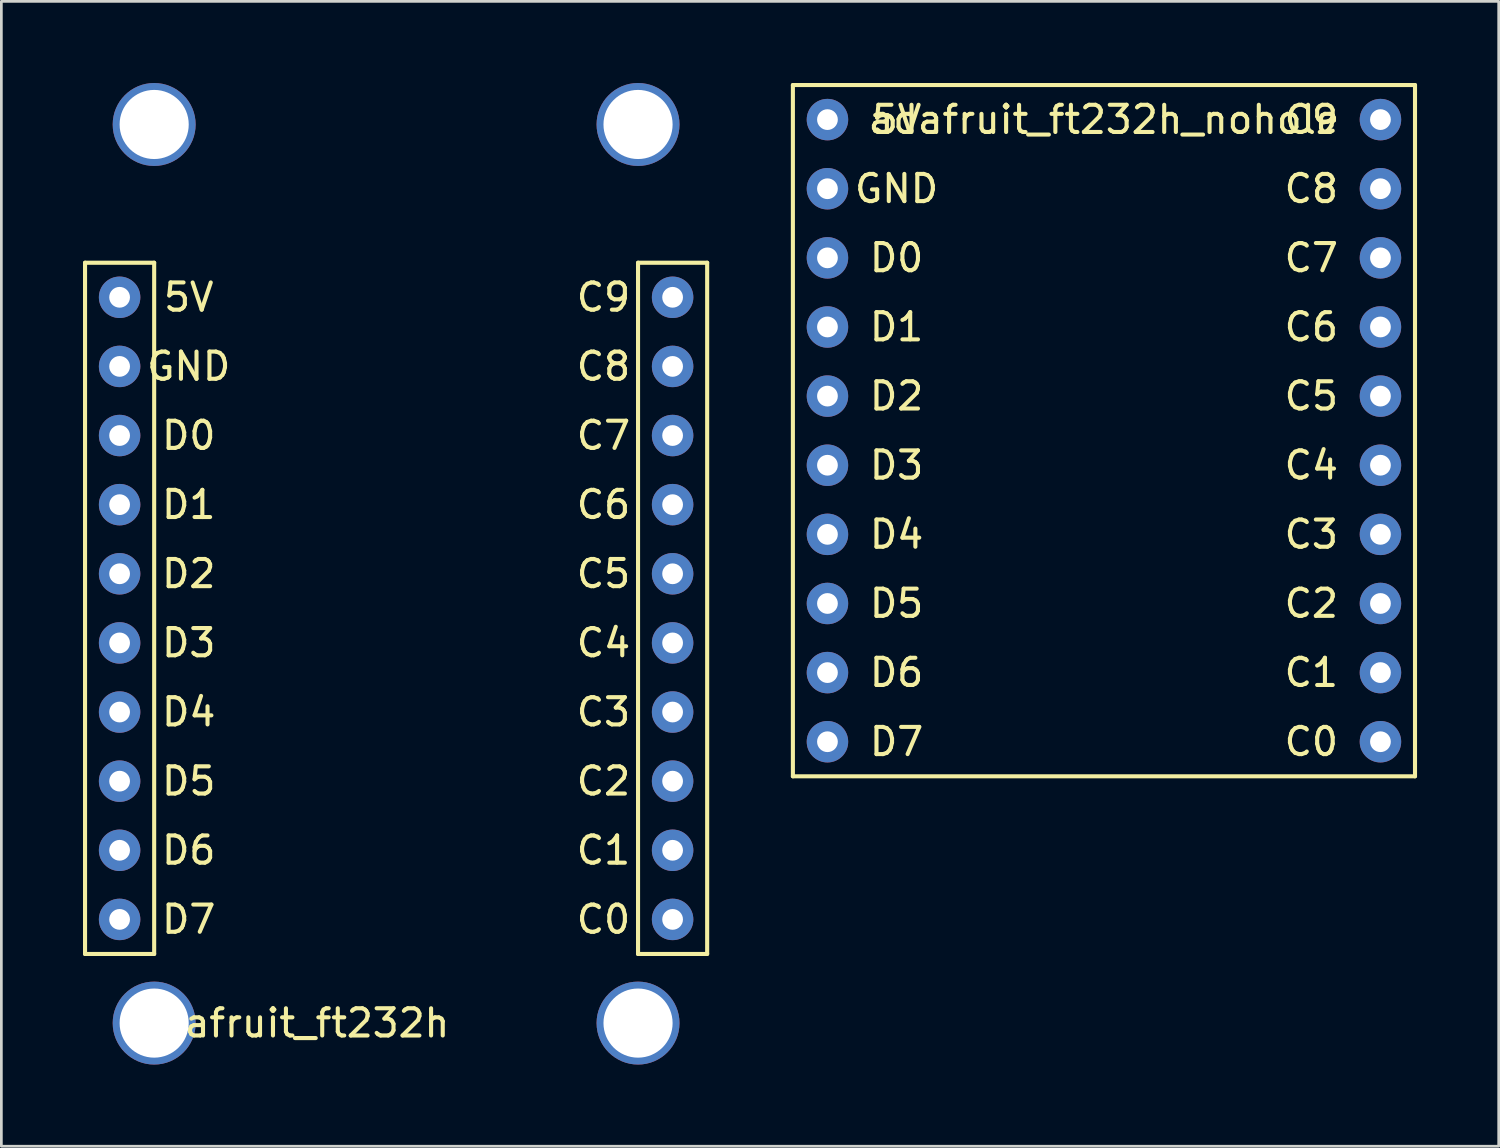
<source format=kicad_pcb>
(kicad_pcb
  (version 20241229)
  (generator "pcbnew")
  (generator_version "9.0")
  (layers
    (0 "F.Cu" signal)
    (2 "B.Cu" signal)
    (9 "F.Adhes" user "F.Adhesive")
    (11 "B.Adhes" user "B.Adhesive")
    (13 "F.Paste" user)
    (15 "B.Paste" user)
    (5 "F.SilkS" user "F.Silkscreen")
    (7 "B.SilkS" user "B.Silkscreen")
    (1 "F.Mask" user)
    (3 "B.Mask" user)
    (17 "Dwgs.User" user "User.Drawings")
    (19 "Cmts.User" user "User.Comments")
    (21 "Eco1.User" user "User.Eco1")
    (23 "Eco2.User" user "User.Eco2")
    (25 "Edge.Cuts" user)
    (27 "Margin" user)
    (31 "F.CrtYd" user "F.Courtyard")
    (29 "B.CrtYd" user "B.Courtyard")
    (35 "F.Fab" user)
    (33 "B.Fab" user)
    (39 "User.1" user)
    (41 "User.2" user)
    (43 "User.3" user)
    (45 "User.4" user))
  (footprint "adafruit_ft232h"
    (layer "F.Cu")
    (at 11.505 33.274)
    (property "Reference" "adafruit_ft232h" (at -3.81 1.27 0) (layer "F.SilkS") (effects (font (size 1 1) (thickness 0.15))))
    (attr through_hole)
    (fp_line (start -11.43 -26.67) (end -8.89 -26.67) (stroke (width 0.15) (type solid)) (layer "F.SilkS"))
    (fp_line (start -11.43 -1.27) (end -11.43 -26.67) (stroke (width 0.15) (type solid)) (layer "F.SilkS"))
    (fp_line (start -8.89 -26.67) (end -8.89 -1.27) (stroke (width 0.15) (type solid)) (layer "F.SilkS"))
    (fp_line (start -8.89 -1.27) (end -11.43 -1.27) (stroke (width 0.15) (type solid)) (layer "F.SilkS"))
    (fp_line (start 8.89 -26.67) (end 11.43 -26.67) (stroke (width 0.15) (type solid)) (layer "F.SilkS"))
    (fp_line (start 8.89 -1.27) (end 8.89 -26.67) (stroke (width 0.15) (type solid)) (layer "F.SilkS"))
    (fp_line (start 11.43 -26.67) (end 11.43 -1.27) (stroke (width 0.15) (type solid)) (layer "F.SilkS"))
    (fp_line (start 11.43 -1.27) (end 8.89 -1.27) (stroke (width 0.15) (type solid)) (layer "F.SilkS"))
    (fp_text user "C4" (at 7.62 -12.7 0) (layer "F.SilkS") (effects (font (size 1 1) (thickness 0.15))))
    (fp_text user "D6" (at -7.62 -5.08 0) (layer "F.SilkS") (effects (font (size 1 1) (thickness 0.15))))
    (fp_text user "D2" (at -7.62 -15.24 0) (layer "F.SilkS") (effects (font (size 1 1) (thickness 0.15))))
    (fp_text user "C0" (at 7.62 -2.54 0) (layer "F.SilkS") (effects (font (size 1 1) (thickness 0.15))))
    (fp_text user "C2" (at 7.62 -7.62 0) (layer "F.SilkS") (effects (font (size 1 1) (thickness 0.15))))
    (fp_text user "GND" (at -7.62 -22.86 0) (layer "F.SilkS") (effects (font (size 1 1) (thickness 0.15))))
    (fp_text user "C3" (at 7.62 -10.16 0) (layer "F.SilkS") (effects (font (size 1 1) (thickness 0.15))))
    (fp_text user "C6" (at 7.62 -17.78 0) (layer "F.SilkS") (effects (font (size 1 1) (thickness 0.15))))
    (fp_text user "D0" (at -7.62 -20.32 0) (layer "F.SilkS") (effects (font (size 1 1) (thickness 0.15))))
    (fp_text user "C1" (at 7.62 -5.08 0) (layer "F.SilkS") (effects (font (size 1 1) (thickness 0.15))))
    (fp_text user "D4" (at -7.62 -10.16 0) (layer "F.SilkS") (effects (font (size 1 1) (thickness 0.15))))
    (fp_text user "C8" (at 7.62 -22.86 0) (layer "F.SilkS") (effects (font (size 1 1) (thickness 0.15))))
    (fp_text user "C5" (at 7.62 -15.24 0) (layer "F.SilkS") (effects (font (size 1 1) (thickness 0.15))))
    (fp_text user "D3" (at -7.62 -12.7 0) (layer "F.SilkS") (effects (font (size 1 1) (thickness 0.15))))
    (fp_text user "D5" (at -7.62 -7.62 0) (layer "F.SilkS") (effects (font (size 1 1) (thickness 0.15))))
    (fp_text user "D1" (at -7.62 -17.78 0) (layer "F.SilkS") (effects (font (size 1 1) (thickness 0.15))))
    (fp_text user "C9" (at 7.62 -25.4 0) (layer "F.SilkS") (effects (font (size 1 1) (thickness 0.15))))
    (fp_text user "5V" (at -7.62 -25.4 0) (layer "F.SilkS") (effects (font (size 1 1) (thickness 0.15))))
    (fp_text user "D7" (at -7.62 -2.54 0) (layer "F.SilkS") (effects (font (size 1 1) (thickness 0.15))))
    (fp_text user "C7" (at 7.62 -20.32 0) (layer "F.SilkS") (effects (font (size 1 1) (thickness 0.15))))
    (pad "" np_thru_hole circle (at -8.89 -31.75) (size 3.048 3.048) (drill 2.54) (layers "*.Cu" "*.Mask"))
    (pad "" np_thru_hole circle (at -8.89 1.27) (size 3.048 3.048) (drill 2.54) (layers "*.Cu" "*.Mask"))
    (pad "" np_thru_hole circle (at 8.89 -31.75) (size 3.048 3.048) (drill 2.54) (layers "*.Cu" "*.Mask"))
    (pad "" np_thru_hole circle (at 8.89 1.27) (size 3.048 3.048) (drill 2.54) (layers "*.Cu" "*.Mask"))
    (pad "1" thru_hole circle (at -10.16 -25.4) (size 1.524 1.524) (drill 0.762) (layers "*.Cu" "*.Mask"))
    (pad "2" thru_hole circle (at -10.16 -22.86) (size 1.524 1.524) (drill 0.762) (layers "*.Cu" "*.Mask"))
    (pad "3" thru_hole circle (at -10.16 -20.32) (size 1.524 1.524) (drill 0.762) (layers "*.Cu" "*.Mask"))
    (pad "4" thru_hole circle (at -10.16 -17.78) (size 1.524 1.524) (drill 0.762) (layers "*.Cu" "*.Mask"))
    (pad "5" thru_hole circle (at -10.16 -15.24) (size 1.524 1.524) (drill 0.762) (layers "*.Cu" "*.Mask"))
    (pad "6" thru_hole circle (at -10.16 -12.7) (size 1.524 1.524) (drill 0.762) (layers "*.Cu" "*.Mask"))
    (pad "7" thru_hole circle (at -10.16 -10.16) (size 1.524 1.524) (drill 0.762) (layers "*.Cu" "*.Mask"))
    (pad "8" thru_hole circle (at -10.16 -7.62) (size 1.524 1.524) (drill 0.762) (layers "*.Cu" "*.Mask"))
    (pad "9" thru_hole circle (at -10.16 -5.08) (size 1.524 1.524) (drill 0.762) (layers "*.Cu" "*.Mask"))
    (pad "10" thru_hole circle (at -10.16 -2.54) (size 1.524 1.524) (drill 0.762) (layers "*.Cu" "*.Mask"))
    (pad "11" thru_hole circle (at 10.16 -2.54) (size 1.524 1.524) (drill 0.762) (layers "*.Cu" "*.Mask"))
    (pad "12" thru_hole circle (at 10.16 -5.08) (size 1.524 1.524) (drill 0.762) (layers "*.Cu" "*.Mask"))
    (pad "13" thru_hole circle (at 10.16 -7.62) (size 1.524 1.524) (drill 0.762) (layers "*.Cu" "*.Mask"))
    (pad "14" thru_hole circle (at 10.16 -10.16) (size 1.524 1.524) (drill 0.762) (layers "*.Cu" "*.Mask"))
    (pad "15" thru_hole circle (at 10.16 -12.7) (size 1.524 1.524) (drill 0.762) (layers "*.Cu" "*.Mask"))
    (pad "16" thru_hole circle (at 10.16 -15.24) (size 1.524 1.524) (drill 0.762) (layers "*.Cu" "*.Mask"))
    (pad "17" thru_hole circle (at 10.16 -17.78) (size 1.524 1.524) (drill 0.762) (layers "*.Cu" "*.Mask"))
    (pad "18" thru_hole circle (at 10.16 -20.32) (size 1.524 1.524) (drill 0.762) (layers "*.Cu" "*.Mask"))
    (pad "19" thru_hole circle (at 10.16 -22.86) (size 1.524 1.524) (drill 0.762) (layers "*.Cu" "*.Mask"))
    (pad "20" thru_hole circle (at 10.16 -25.4) (size 1.524 1.524) (drill 0.762) (layers "*.Cu" "*.Mask")))
  (footprint "adafruit_ft232h_nohole"
    (layer "F.Cu")
    (at 37.515 26.745)
    (property "Reference" "adafruit_ft232h_nohole" (at 0 -25.4 0) (layer "F.SilkS") (effects (font (size 1 1) (thickness 0.15))))
    (attr through_hole)
    (fp_line (start -11.43 -26.67) (end 11.43 -26.67) (stroke (width 0.15) (type solid)) (layer "F.SilkS"))
    (fp_line (start -11.43 -1.27) (end -11.43 -26.67) (stroke (width 0.15) (type solid)) (layer "F.SilkS"))
    (fp_line (start 11.43 -26.67) (end 11.43 -1.27) (stroke (width 0.15) (type solid)) (layer "F.SilkS"))
    (fp_line (start 11.43 -1.27) (end -11.43 -1.27) (stroke (width 0.15) (type solid)) (layer "F.SilkS"))
    (fp_text user "D3" (at -7.62 -12.7 0) (layer "F.SilkS") (effects (font (size 1 1) (thickness 0.15))))
    (fp_text user "D1" (at -7.62 -17.78 0) (layer "F.SilkS") (effects (font (size 1 1) (thickness 0.15))))
    (fp_text user "D6" (at -7.62 -5.08 0) (layer "F.SilkS") (effects (font (size 1 1) (thickness 0.15))))
    (fp_text user "C6" (at 7.62 -17.78 0) (layer "F.SilkS") (effects (font (size 1 1) (thickness 0.15))))
    (fp_text user "C2" (at 7.62 -7.62 0) (layer "F.SilkS") (effects (font (size 1 1) (thickness 0.15))))
    (fp_text user "C3" (at 7.62 -10.16 0) (layer "F.SilkS") (effects (font (size 1 1) (thickness 0.15))))
    (fp_text user "C4" (at 7.62 -12.7 0) (layer "F.SilkS") (effects (font (size 1 1) (thickness 0.15))))
    (fp_text user "D4" (at -7.62 -10.16 0) (layer "F.SilkS") (effects (font (size 1 1) (thickness 0.15))))
    (fp_text user "C7" (at 7.62 -20.32 0) (layer "F.SilkS") (effects (font (size 1 1) (thickness 0.15))))
    (fp_text user "C1" (at 7.62 -5.08 0) (layer "F.SilkS") (effects (font (size 1 1) (thickness 0.15))))
    (fp_text user "C0" (at 7.62 -2.54 0) (layer "F.SilkS") (effects (font (size 1 1) (thickness 0.15))))
    (fp_text user "D0" (at -7.62 -20.32 0) (layer "F.SilkS") (effects (font (size 1 1) (thickness 0.15))))
    (fp_text user "GND" (at -7.62 -22.86 0) (layer "F.SilkS") (effects (font (size 1 1) (thickness 0.15))))
    (fp_text user "D2" (at -7.62 -15.24 0) (layer "F.SilkS") (effects (font (size 1 1) (thickness 0.15))))
    (fp_text user "D7" (at -7.62 -2.54 0) (layer "F.SilkS") (effects (font (size 1 1) (thickness 0.15))))
    (fp_text user "C9" (at 7.62 -25.4 0) (layer "F.SilkS") (effects (font (size 1 1) (thickness 0.15))))
    (fp_text user "D5" (at -7.62 -7.62 0) (layer "F.SilkS") (effects (font (size 1 1) (thickness 0.15))))
    (fp_text user "C8" (at 7.62 -22.86 0) (layer "F.SilkS") (effects (font (size 1 1) (thickness 0.15))))
    (fp_text user "5V" (at -7.62 -25.4 0) (layer "F.SilkS") (effects (font (size 1 1) (thickness 0.15))))
    (fp_text user "C5" (at 7.62 -15.24 0) (layer "F.SilkS") (effects (font (size 1 1) (thickness 0.15))))
    (pad "1" thru_hole circle (at -10.16 -25.4) (size 1.524 1.524) (drill 0.762) (layers "*.Cu" "*.Mask"))
    (pad "2" thru_hole circle (at -10.16 -22.86) (size 1.524 1.524) (drill 0.762) (layers "*.Cu" "*.Mask"))
    (pad "3" thru_hole circle (at -10.16 -20.32) (size 1.524 1.524) (drill 0.762) (layers "*.Cu" "*.Mask"))
    (pad "4" thru_hole circle (at -10.16 -17.78) (size 1.524 1.524) (drill 0.762) (layers "*.Cu" "*.Mask"))
    (pad "5" thru_hole circle (at -10.16 -15.24) (size 1.524 1.524) (drill 0.762) (layers "*.Cu" "*.Mask"))
    (pad "6" thru_hole circle (at -10.16 -12.7) (size 1.524 1.524) (drill 0.762) (layers "*.Cu" "*.Mask"))
    (pad "7" thru_hole circle (at -10.16 -10.16) (size 1.524 1.524) (drill 0.762) (layers "*.Cu" "*.Mask"))
    (pad "8" thru_hole circle (at -10.16 -7.62) (size 1.524 1.524) (drill 0.762) (layers "*.Cu" "*.Mask"))
    (pad "9" thru_hole circle (at -10.16 -5.08) (size 1.524 1.524) (drill 0.762) (layers "*.Cu" "*.Mask"))
    (pad "10" thru_hole circle (at -10.16 -2.54) (size 1.524 1.524) (drill 0.762) (layers "*.Cu" "*.Mask"))
    (pad "11" thru_hole circle (at 10.16 -2.54) (size 1.524 1.524) (drill 0.762) (layers "*.Cu" "*.Mask"))
    (pad "12" thru_hole circle (at 10.16 -5.08) (size 1.524 1.524) (drill 0.762) (layers "*.Cu" "*.Mask"))
    (pad "13" thru_hole circle (at 10.16 -7.62) (size 1.524 1.524) (drill 0.762) (layers "*.Cu" "*.Mask"))
    (pad "14" thru_hole circle (at 10.16 -10.16) (size 1.524 1.524) (drill 0.762) (layers "*.Cu" "*.Mask"))
    (pad "15" thru_hole circle (at 10.16 -12.7) (size 1.524 1.524) (drill 0.762) (layers "*.Cu" "*.Mask"))
    (pad "16" thru_hole circle (at 10.16 -15.24) (size 1.524 1.524) (drill 0.762) (layers "*.Cu" "*.Mask"))
    (pad "17" thru_hole circle (at 10.16 -17.78) (size 1.524 1.524) (drill 0.762) (layers "*.Cu" "*.Mask"))
    (pad "18" thru_hole circle (at 10.16 -20.32) (size 1.524 1.524) (drill 0.762) (layers "*.Cu" "*.Mask"))
    (pad "19" thru_hole circle (at 10.16 -22.86) (size 1.524 1.524) (drill 0.762) (layers "*.Cu" "*.Mask"))
    (pad "20" thru_hole circle (at 10.16 -25.4) (size 1.524 1.524) (drill 0.762) (layers "*.Cu" "*.Mask")))
  (gr_rect
    (start -3 -3)
    (end 52.02 39.068)
    (stroke (width 0.1) (type default))
    (fill no)
    (layer "Edge.Cuts")))
</source>
